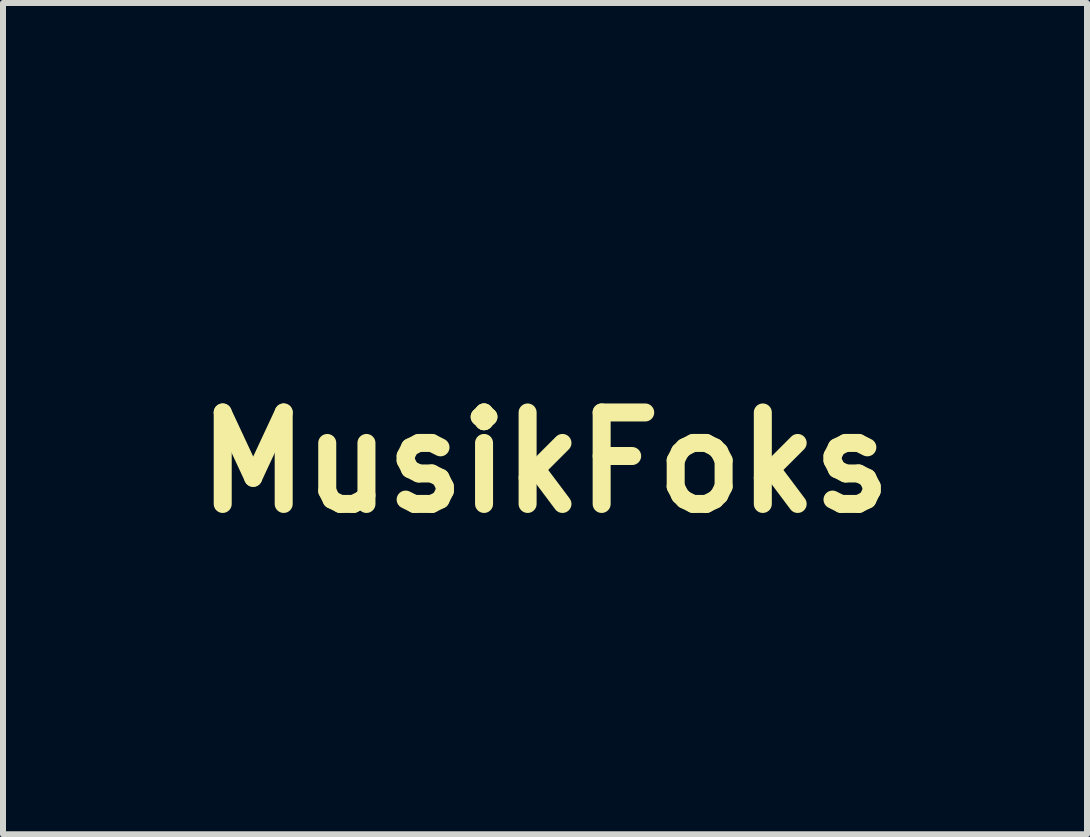
<source format=kicad_pcb>
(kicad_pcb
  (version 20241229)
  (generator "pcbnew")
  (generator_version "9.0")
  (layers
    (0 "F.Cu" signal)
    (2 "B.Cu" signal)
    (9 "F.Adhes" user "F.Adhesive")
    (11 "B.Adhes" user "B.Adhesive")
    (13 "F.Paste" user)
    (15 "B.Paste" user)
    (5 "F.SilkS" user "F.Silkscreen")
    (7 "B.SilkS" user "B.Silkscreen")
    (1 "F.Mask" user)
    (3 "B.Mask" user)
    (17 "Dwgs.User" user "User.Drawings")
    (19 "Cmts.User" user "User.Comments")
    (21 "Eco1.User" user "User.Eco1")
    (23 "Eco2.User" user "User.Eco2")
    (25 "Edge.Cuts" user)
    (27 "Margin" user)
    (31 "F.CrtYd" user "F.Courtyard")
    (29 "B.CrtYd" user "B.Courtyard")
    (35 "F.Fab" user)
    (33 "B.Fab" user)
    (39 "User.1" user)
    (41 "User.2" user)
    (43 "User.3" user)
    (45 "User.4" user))
  (footprint "MusikFoks"
    (layer "F.Cu")
    (at 6.031 4.657)
    (property "Reference" "MusikFoks" (at 0 0 0) (layer "F.SilkS") (effects (font (size 1.524 1.524) (thickness 0.3))))
    (attr through_hole)
    (fp_poly (pts (xy 0.708 -1.783) (xy 0.702 -1.777) (xy 0.696 -1.783) (xy 0.702 -1.789)) (stroke (width 0) (type solid)) (fill yes) (layer "F.Mask"))
    (fp_poly (pts (xy -1.18 -1.339) (xy -1.159 -1.325) (xy -1.146 -1.312) (xy -1.121 -1.279) (xy -1.097 -1.236) (xy -1.088 -1.214) (xy -1.075 -1.173) (xy -1.072 -1.14) (xy -1.078 -1.102) (xy -1.08 -1.093) (xy -1.104 -1.031) (xy -1.139 -0.983) (xy -1.182 -0.952) (xy -1.231 -0.939) (xy -1.28 -0.947) (xy -1.304 -0.958) (xy -1.356 -1.006) (xy -1.393 -1.07) (xy -1.405 -1.109) (xy -1.412 -1.176) (xy -1.397 -1.234) (xy -1.358 -1.288) (xy -1.351 -1.296) (xy -1.319 -1.322) (xy -1.287 -1.336) (xy -1.245 -1.342) (xy -1.206 -1.344)) (stroke (width 0) (type solid)) (fill yes) (layer "F.Mask"))
    (fp_poly (pts (xy 1.423 -2.76) (xy 1.478 -2.737) (xy 1.536 -2.714) (xy 1.587 -2.702) (xy 1.604 -2.701) (xy 1.651 -2.696) (xy 1.683 -2.679) (xy 1.701 -2.649) (xy 1.707 -2.602) (xy 1.7 -2.537) (xy 1.695 -2.505) (xy 1.682 -2.453) (xy 1.667 -2.419) (xy 1.643 -2.397) (xy 1.612 -2.381) (xy 1.564 -2.371) (xy 1.516 -2.379) (xy 1.477 -2.402) (xy 1.449 -2.436) (xy 1.44 -2.476) (xy 1.444 -2.507) (xy 1.453 -2.528) (xy 1.454 -2.529) (xy 1.46 -2.544) (xy 1.454 -2.55) (xy 1.434 -2.553) (xy 1.421 -2.534) (xy 1.416 -2.492) (xy 1.416 -2.486) (xy 1.413 -2.438) (xy 1.403 -2.386) (xy 1.399 -2.37) (xy 1.389 -2.32) (xy 1.384 -2.266) (xy 1.384 -2.247) (xy 1.384 -2.207) (xy 1.378 -2.182) (xy 1.361 -2.161) (xy 1.347 -2.148) (xy 1.322 -2.128) (xy 1.297 -2.117) (xy 1.263 -2.113) (xy 1.233 -2.113) (xy 1.168 -2.119) (xy 1.114 -2.134) (xy 1.11 -2.135) (xy 1.062 -2.165) (xy 1.024 -2.204) (xy 1.001 -2.245) (xy 0.996 -2.27) (xy 1.007 -2.312) (xy 1.037 -2.346) (xy 1.082 -2.37) (xy 1.138 -2.384) (xy 1.201 -2.385) (xy 1.253 -2.376) (xy 1.288 -2.369) (xy 1.306 -2.373) (xy 1.308 -2.375) (xy 1.31 -2.392) (xy 1.309 -2.427) (xy 1.306 -2.473) (xy 1.304 -2.493) (xy 1.296 -2.576) (xy 1.292 -2.638) (xy 1.293 -2.683) (xy 1.297 -2.715) (xy 1.305 -2.737) (xy 1.313 -2.748) (xy 1.34 -2.767) (xy 1.376 -2.771)) (stroke (width 0) (type solid)) (fill yes) (layer "F.Mask"))
    (fp_poly (pts (xy 0.45 -1.946) (xy 0.527 -1.915) (xy 0.593 -1.87) (xy 0.643 -1.811) (xy 0.651 -1.797) (xy 0.67 -1.743) (xy 0.678 -1.676) (xy 0.676 -1.601) (xy 0.665 -1.526) (xy 0.649 -1.472) (xy 0.606 -1.394) (xy 0.547 -1.33) (xy 0.473 -1.282) (xy 0.388 -1.252) (xy 0.295 -1.241) (xy 0.21 -1.249) (xy 0.124 -1.27) (xy 0.045 -1.303) (xy -0.021 -1.343) (xy -0.043 -1.362) (xy -0.091 -1.423) (xy -0.119 -1.492) (xy -0.125 -1.565) (xy -0.12 -1.602) (xy -0.118 -1.609) (xy 0.057 -1.609) (xy 0.06 -1.599) (xy 0.067 -1.585) (xy 0.065 -1.565) (xy 0.063 -1.546) (xy 0.072 -1.527) (xy 0.094 -1.501) (xy 0.12 -1.476) (xy 0.168 -1.437) (xy 0.208 -1.416) (xy 0.22 -1.413) (xy 0.249 -1.409) (xy 0.266 -1.406) (xy 0.266 -1.406) (xy 0.281 -1.409) (xy 0.308 -1.419) (xy 0.314 -1.422) (xy 0.373 -1.458) (xy 0.421 -1.511) (xy 0.454 -1.574) (xy 0.468 -1.64) (xy 0.468 -1.649) (xy 0.461 -1.685) (xy 0.444 -1.725) (xy 0.422 -1.758) (xy 0.41 -1.769) (xy 0.389 -1.785) (xy 0.37 -1.803) (xy 0.33 -1.828) (xy 0.281 -1.832) (xy 0.222 -1.814) (xy 0.206 -1.807) (xy 0.171 -1.786) (xy 0.144 -1.766) (xy 0.135 -1.755) (xy 0.125 -1.734) (xy 0.121 -1.729) (xy 0.11 -1.714) (xy 0.098 -1.693) (xy 0.08 -1.658) (xy 0.066 -1.633) (xy 0.057 -1.609) (xy -0.118 -1.609) (xy -0.096 -1.683) (xy -0.066 -1.746) (xy -0.044 -1.775) (xy 0.003 -1.819) (xy 0.061 -1.864) (xy 0.123 -1.903) (xy 0.179 -1.931) (xy 0.19 -1.936) (xy 0.277 -1.957) (xy 0.365 -1.96)) (stroke (width 0) (type solid)) (fill yes) (layer "F.Mask"))
    (fp_poly (pts (xy -1.144 0.374) (xy -1.139 0.38) (xy -1.129 0.407) (xy -1.125 0.452) (xy -1.127 0.509) (xy -1.135 0.575) (xy -1.148 0.643) (xy -1.152 0.658) (xy -1.163 0.703) (xy -1.172 0.738) (xy -1.176 0.758) (xy -1.176 0.76) (xy -1.166 0.763) (xy -1.137 0.764) (xy -1.109 0.764) (xy -1.069 0.764) (xy -1.043 0.77) (xy -1.024 0.785) (xy -1.013 0.796) (xy -0.995 0.824) (xy -0.986 0.856) (xy -0.988 0.896) (xy -1 0.95) (xy -1.02 1.014) (xy -1.036 1.061) (xy -1.048 1.098) (xy -1.055 1.12) (xy -1.056 1.125) (xy -1.046 1.127) (xy -1.018 1.128) (xy -0.999 1.128) (xy -0.915 1.137) (xy -0.846 1.163) (xy -0.817 1.184) (xy -0.789 1.212) (xy -0.782 1.234) (xy -0.796 1.258) (xy -0.807 1.269) (xy -0.836 1.289) (xy -0.871 1.304) (xy -0.917 1.313) (xy -0.979 1.319) (xy -1.059 1.32) (xy -1.068 1.32) (xy -1.132 1.32) (xy -1.175 1.319) (xy -1.205 1.316) (xy -1.224 1.311) (xy -1.239 1.302) (xy -1.253 1.289) (xy -1.253 1.289) (xy -1.276 1.254) (xy -1.284 1.21) (xy -1.277 1.154) (xy -1.26 1.098) (xy -1.248 1.06) (xy -1.239 1.03) (xy -1.236 1.018) (xy -1.246 1.017) (xy -1.269 1.027) (xy -1.288 1.038) (xy -1.33 1.06) (xy -1.36 1.067) (xy -1.385 1.06) (xy -1.405 1.046) (xy -1.428 1.014) (xy -1.43 0.972) (xy -1.413 0.923) (xy -1.402 0.904) (xy -1.379 0.862) (xy -1.353 0.8) (xy -1.325 0.721) (xy -1.296 0.628) (xy -1.267 0.524) (xy -1.267 0.524) (xy -1.252 0.471) (xy -1.239 0.426) (xy -1.228 0.393) (xy -1.224 0.382) (xy -1.202 0.364) (xy -1.172 0.362)) (stroke (width 0) (type solid)) (fill yes) (layer "F.Mask"))
    (fp_poly (pts (xy 1.09 -4.224) (xy 1.126 -4.195) (xy 1.138 -4.183) (xy 1.168 -4.155) (xy 1.193 -4.136) (xy 1.206 -4.129) (xy 1.229 -4.119) (xy 1.252 -4.093) (xy 1.272 -4.058) (xy 1.281 -4.028) (xy 1.281 -3.989) (xy 1.267 -3.955) (xy 1.263 -3.95) (xy 1.247 -3.921) (xy 1.244 -3.895) (xy 1.244 -3.893) (xy 1.241 -3.868) (xy 1.225 -3.838) (xy 1.224 -3.838) (xy 1.192 -3.813) (xy 1.152 -3.804) (xy 1.113 -3.81) (xy 1.088 -3.827) (xy 1.073 -3.857) (xy 1.069 -3.894) (xy 1.077 -3.926) (xy 1.086 -3.937) (xy 1.098 -3.954) (xy 1.097 -3.964) (xy 1.085 -3.964) (xy 1.063 -3.95) (xy 1.058 -3.946) (xy 1.028 -3.92) (xy 1 -3.899) (xy 1 -3.899) (xy 0.973 -3.881) (xy 1.004 -3.84) (xy 1.026 -3.806) (xy 1.052 -3.762) (xy 1.069 -3.731) (xy 1.094 -3.686) (xy 1.122 -3.644) (xy 1.14 -3.621) (xy 1.169 -3.574) (xy 1.184 -3.517) (xy 1.186 -3.46) (xy 1.172 -3.413) (xy 1.135 -3.361) (xy 1.09 -3.328) (xy 1.04 -3.314) (xy 0.99 -3.321) (xy 0.948 -3.345) (xy 0.909 -3.389) (xy 0.894 -3.435) (xy 0.903 -3.483) (xy 0.936 -3.533) (xy 0.963 -3.56) (xy 1.011 -3.604) (xy 0.959 -3.65) (xy 0.923 -3.68) (xy 0.876 -3.715) (xy 0.827 -3.749) (xy 0.816 -3.756) (xy 0.751 -3.8) (xy 0.704 -3.836) (xy 0.673 -3.867) (xy 0.655 -3.894) (xy 0.649 -3.921) (xy 0.648 -3.929) (xy 0.655 -3.961) (xy 0.671 -3.995) (xy 0.692 -4.025) (xy 0.713 -4.043) (xy 0.721 -4.045) (xy 0.737 -4.049) (xy 0.768 -4.059) (xy 0.8 -4.071) (xy 0.872 -4.109) (xy 0.944 -4.167) (xy 0.991 -4.208) (xy 1.028 -4.231) (xy 1.059 -4.236)) (stroke (width 0) (type solid)) (fill yes) (layer "F.Mask"))
    (fp_poly (pts (xy 3.082 -4.655) (xy 3.099 -4.645) (xy 3.119 -4.627) (xy 3.143 -4.598) (xy 3.173 -4.556) (xy 3.209 -4.5) (xy 3.254 -4.427) (xy 3.309 -4.337) (xy 3.335 -4.294) (xy 3.455 -4.09) (xy 3.563 -3.903) (xy 3.659 -3.731) (xy 3.745 -3.571) (xy 3.821 -3.421) (xy 3.888 -3.279) (xy 3.948 -3.142) (xy 4.002 -3.008) (xy 4.05 -2.874) (xy 4.093 -2.738) (xy 4.134 -2.598) (xy 4.172 -2.451) (xy 4.208 -2.294) (xy 4.214 -2.271) (xy 4.235 -2.18) (xy 4.253 -2.109) (xy 4.27 -2.053) (xy 4.288 -2.009) (xy 4.303 -1.977) (xy 4.34 -1.901) (xy 4.375 -1.816) (xy 4.405 -1.729) (xy 4.426 -1.651) (xy 4.429 -1.634) (xy 4.434 -1.54) (xy 4.416 -1.448) (xy 4.374 -1.359) (xy 4.308 -1.273) (xy 4.235 -1.202) (xy 4.204 -1.174) (xy 4.16 -1.132) (xy 4.107 -1.08) (xy 4.048 -1.022) (xy 3.989 -0.961) (xy 3.973 -0.944) (xy 3.787 -0.75) (xy 3.729 -0.498) (xy 3.709 -0.415) (xy 3.689 -0.332) (xy 3.669 -0.255) (xy 3.651 -0.189) (xy 3.637 -0.14) (xy 3.636 -0.136) (xy 3.601 -0.026) (xy 3.619 0.08) (xy 3.636 0.196) (xy 3.645 0.323) (xy 3.648 0.463) (xy 3.643 0.617) (xy 3.632 0.787) (xy 3.613 0.975) (xy 3.587 1.181) (xy 3.554 1.409) (xy 3.546 1.458) (xy 3.534 1.537) (xy 3.519 1.63) (xy 3.504 1.73) (xy 3.489 1.826) (xy 3.481 1.885) (xy 3.469 1.965) (xy 3.459 2.026) (xy 3.451 2.07) (xy 3.443 2.1) (xy 3.435 2.12) (xy 3.426 2.134) (xy 3.415 2.145) (xy 3.415 2.146) (xy 3.372 2.171) (xy 3.33 2.172) (xy 3.289 2.15) (xy 3.25 2.105) (xy 3.213 2.036) (xy 3.212 2.035) (xy 3.192 1.992) (xy 3.165 1.943) (xy 3.132 1.885) (xy 3.09 1.816) (xy 3.039 1.733) (xy 2.976 1.635) (xy 2.904 1.524) (xy 2.853 1.445) (xy 2.8 1.361) (xy 2.748 1.278) (xy 2.702 1.201) (xy 2.664 1.138) (xy 2.659 1.128) (xy 2.627 1.072) (xy 2.598 1.023) (xy 2.576 0.986) (xy 2.562 0.963) (xy 2.559 0.959) (xy 2.545 0.96) (xy 2.519 0.972) (xy 2.506 0.979) (xy 2.476 1.005) (xy 2.436 1.048) (xy 2.389 1.106) (xy 2.337 1.175) (xy 2.281 1.252) (xy 2.225 1.334) (xy 2.17 1.417) (xy 2.119 1.499) (xy 2.073 1.576) (xy 2.036 1.646) (xy 2.032 1.654) (xy 2.003 1.711) (xy 1.979 1.75) (xy 1.956 1.773) (xy 1.932 1.785) (xy 1.903 1.789) (xy 1.899 1.789) (xy 1.88 1.787) (xy 1.863 1.78) (xy 1.844 1.764) (xy 1.822 1.737) (xy 1.793 1.695) (xy 1.764 1.651) (xy 1.729 1.598) (xy 1.697 1.554) (xy 1.665 1.513) (xy 1.626 1.469) (xy 1.577 1.416) (xy 1.553 1.39) (xy 1.476 1.311) (xy 1.157 1.45) (xy 1.05 1.498) (xy 0.963 1.538) (xy 0.895 1.571) (xy 0.849 1.596) (xy 0.824 1.612) (xy 0.82 1.616) (xy 0.806 1.643) (xy 0.785 1.688) (xy 0.76 1.749) (xy 0.73 1.822) (xy 0.699 1.902) (xy 0.667 1.987) (xy 0.635 2.073) (xy 0.606 2.155) (xy 0.587 2.209) (xy 0.519 2.423) (xy 0.463 2.621) (xy 0.42 2.802) (xy 0.396 2.929) (xy 0.378 3.025) (xy 0.357 3.1) (xy 0.335 3.154) (xy 0.311 3.185) (xy 0.291 3.193) (xy 0.266 3.186) (xy 0.239 3.172) (xy 0.207 3.147) (xy 0.176 3.112) (xy 0.141 3.063) (xy 0.102 2.998) (xy 0.086 2.971) (xy 0.039 2.887) (xy -0.001 2.816) (xy -0.037 2.756) (xy -0.07 2.702) (xy -0.103 2.652) (xy -0.138 2.602) (xy -0.178 2.548) (xy -0.224 2.489) (xy -0.279 2.42) (xy -0.345 2.338) (xy -0.401 2.27) (xy -0.45 2.21) (xy -0.495 2.157) (xy -0.532 2.114) (xy -0.56 2.083) (xy -0.576 2.066) (xy -0.578 2.065) (xy -0.597 2.072) (xy -0.631 2.091) (xy -0.679 2.121) (xy -0.738 2.159) (xy -0.804 2.204) (xy -0.875 2.253) (xy -0.948 2.305) (xy -1.02 2.358) (xy -1.049 2.38) (xy -1.099 2.417) (xy -1.153 2.452) (xy -1.2 2.48) (xy -1.214 2.487) (xy -1.25 2.507) (xy -1.275 2.524) (xy -1.284 2.533) (xy -1.295 2.55) (xy -1.318 2.565) (xy -1.345 2.574) (xy -1.361 2.574) (xy -1.381 2.56) (xy -1.397 2.536) (xy -1.409 2.498) (xy -1.419 2.442) (xy -1.426 2.368) (xy -1.43 2.311) (xy -1.434 2.248) (xy -1.44 2.187) (xy -1.448 2.128) (xy -1.459 2.066) (xy -1.473 1.999) (xy -1.492 1.924) (xy -1.516 1.838) (xy -1.546 1.737) (xy -1.581 1.62) (xy -1.62 1.494) (xy -1.677 1.313) (xy -1.727 1.151) (xy -1.771 1.002) (xy -1.811 0.863) (xy -1.848 0.73) (xy -1.883 0.598) (xy -1.915 0.474) (xy -1.979 0.222) (xy -2.247 0.155) (xy -2.431 0.106) (xy -2.604 0.055) (xy -2.763 0.004) (xy -2.904 -0.048) (xy -3.025 -0.099) (xy -3.068 -0.119) (xy -3.157 -0.163) (xy -3.234 -0.205) (xy -3.297 -0.243) (xy -3.344 -0.275) (xy -3.372 -0.301) (xy -3.379 -0.312) (xy -3.396 -0.335) (xy -3.41 -0.342) (xy -3.429 -0.356) (xy -3.433 -0.368) (xy -3.425 -0.381) (xy -3.415 -0.393) (xy -3.231 -0.393) (xy -3.113 -0.342) (xy -3.064 -0.321) (xy -3.024 -0.304) (xy -2.997 -0.293) (xy -2.988 -0.289) (xy -2.977 -0.296) (xy -2.955 -0.316) (xy -2.942 -0.329) (xy -2.902 -0.37) (xy -2.966 -0.402) (xy -3.01 -0.424) (xy -3.055 -0.443) (xy -3.076 -0.451) (xy -3.104 -0.46) (xy -3.125 -0.46) (xy -3.148 -0.45) (xy -3.177 -0.431) (xy -3.231 -0.393) (xy -3.415 -0.393) (xy -3.402 -0.409) (xy -3.366 -0.449) (xy -3.319 -0.5) (xy -3.263 -0.559) (xy -3.241 -0.582) (xy -2.96 -0.582) (xy -2.956 -0.576) (xy -2.947 -0.573) (xy -2.941 -0.572) (xy -2.895 -0.558) (xy -2.842 -0.534) (xy -2.791 -0.505) (xy -2.751 -0.476) (xy -2.743 -0.468) (xy -2.715 -0.424) (xy -2.704 -0.385) (xy -2.703 -0.352) (xy -2.71 -0.322) (xy -2.728 -0.286) (xy -2.736 -0.274) (xy -2.755 -0.241) (xy -2.768 -0.218) (xy -2.77 -0.209) (xy -2.757 -0.204) (xy -2.724 -0.193) (xy -2.676 -0.178) (xy -2.616 -0.161) (xy -2.548 -0.141) (xy -2.476 -0.12) (xy -2.404 -0.1) (xy -2.335 -0.081) (xy -2.274 -0.065) (xy -2.233 -0.054) (xy -2.127 -0.029) (xy -2.024 -0.006) (xy -1.915 0.016) (xy -1.796 0.038) (xy -1.661 0.061) (xy -1.636 0.066) (xy -1.567 0.078) (xy -1.5 0.092) (xy -1.442 0.105) (xy -1.399 0.117) (xy -1.388 0.12) (xy -1.338 0.142) (xy -1.297 0.166) (xy -1.27 0.188) (xy -1.26 0.206) (xy -1.27 0.217) (xy -1.296 0.233) (xy -1.317 0.244) (xy -1.344 0.255) (xy -1.37 0.262) (xy -1.402 0.266) (xy -1.445 0.269) (xy -1.505 0.269) (xy -1.536 0.269) (xy -1.604 0.267) (xy -1.669 0.264) (xy -1.726 0.26) (xy -1.766 0.256) (xy -1.768 0.255) (xy -1.804 0.25) (xy -1.829 0.247) (xy -1.837 0.247) (xy -1.832 0.259) (xy -1.821 0.286) (xy -1.813 0.306) (xy -1.804 0.329) (xy -1.788 0.374) (xy -1.767 0.44) (xy -1.739 0.526) (xy -1.705 0.629) (xy -1.666 0.75) (xy -1.622 0.887) (xy -1.573 1.04) (xy -1.521 1.206) (xy -1.464 1.384) (xy -1.404 1.574) (xy -1.372 1.675) (xy -1.325 1.832) (xy -1.289 1.973) (xy -1.265 2.095) (xy -1.253 2.194) (xy -1.249 2.239) (xy -1.245 2.273) (xy -1.241 2.291) (xy -1.24 2.293) (xy -1.23 2.285) (xy -1.206 2.266) (xy -1.171 2.236) (xy -1.141 2.211) (xy -1.088 2.167) (xy -1.025 2.118) (xy -0.963 2.071) (xy -0.937 2.052) (xy -0.89 2.02) (xy -0.85 1.991) (xy -0.82 1.971) (xy -0.808 1.962) (xy -0.802 1.953) (xy -0.808 1.941) (xy -0.828 1.923) (xy -0.865 1.896) (xy -0.884 1.882) (xy -0.933 1.846) (xy -0.982 1.805) (xy -1.021 1.769) (xy -1.031 1.759) (xy -1.059 1.727) (xy -1.072 1.707) (xy -1.073 1.694) (xy -1.065 1.684) (xy -1.043 1.673) (xy -1.007 1.673) (xy -0.958 1.684) (xy -0.893 1.706) (xy -0.811 1.742) (xy -0.711 1.789) (xy -0.688 1.801) (xy -0.622 1.834) (xy -0.569 1.862) (xy -0.524 1.887) (xy -0.484 1.912) (xy -0.448 1.94) (xy -0.411 1.974) (xy -0.372 2.014) (xy -0.327 2.065) (xy -0.273 2.128) (xy -0.207 2.207) (xy -0.185 2.233) (xy -0.109 2.324) (xy -0.047 2.4) (xy 0.004 2.466) (xy 0.047 2.525) (xy 0.085 2.581) (xy 0.12 2.637) (xy 0.155 2.697) (xy 0.16 2.707) (xy 0.234 2.838) (xy 0.249 2.743) (xy 0.257 2.696) (xy 0.27 2.633) (xy 0.286 2.562) (xy 0.303 2.49) (xy 0.307 2.474) (xy 0.37 2.245) (xy 0.446 2.013) (xy 0.533 1.779) (xy 0.629 1.549) (xy 0.734 1.324) (xy 0.846 1.107) (xy 0.962 0.903) (xy 1.082 0.714) (xy 1.204 0.544) (xy 1.294 0.432) (xy 1.334 0.386) (xy 1.381 0.338) (xy 1.429 0.291) (xy 1.476 0.246) (xy 1.519 0.208) (xy 1.555 0.179) (xy 1.581 0.162) (xy 1.592 0.16) (xy 1.593 0.175) (xy 1.585 0.207) (xy 1.572 0.252) (xy 1.554 0.303) (xy 1.533 0.357) (xy 1.511 0.408) (xy 1.498 0.436) (xy 1.478 0.473) (xy 1.447 0.525) (xy 1.408 0.589) (xy 1.363 0.661) (xy 1.314 0.737) (xy 1.279 0.79) (xy 1.226 0.87) (xy 1.174 0.952) (xy 1.125 1.031) (xy 1.078 1.107) (xy 1.037 1.175) (xy 1.004 1.234) (xy 0.978 1.28) (xy 0.964 1.311) (xy 0.96 1.322) (xy 0.97 1.32) (xy 0.999 1.309) (xy 1.041 1.291) (xy 1.095 1.266) (xy 1.137 1.246) (xy 1.165 1.233) (xy 1.647 1.233) (xy 1.649 1.244) (xy 1.667 1.269) (xy 1.7 1.308) (xy 1.747 1.359) (xy 1.755 1.368) (xy 1.807 1.421) (xy 1.847 1.458) (xy 1.874 1.48) (xy 1.887 1.484) (xy 1.888 1.484) (xy 1.897 1.469) (xy 1.916 1.438) (xy 1.942 1.395) (xy 1.972 1.345) (xy 1.972 1.344) (xy 2.012 1.28) (xy 2.058 1.209) (xy 2.103 1.142) (xy 2.128 1.107) (xy 2.159 1.064) (xy 2.182 1.028) (xy 2.196 1.004) (xy 2.198 0.996) (xy 2.184 1.001) (xy 2.152 1.014) (xy 2.104 1.034) (xy 2.044 1.06) (xy 1.974 1.09) (xy 1.925 1.112) (xy 1.851 1.144) (xy 1.783 1.174) (xy 1.726 1.199) (xy 1.682 1.218) (xy 1.655 1.23) (xy 1.647 1.233) (xy 1.165 1.233) (xy 1.345 1.148) (xy 1.545 1.056) (xy 1.737 0.97) (xy 1.919 0.89) (xy 2.09 0.818) (xy 2.249 0.753) (xy 2.394 0.697) (xy 2.525 0.649) (xy 2.639 0.61) (xy 2.737 0.58) (xy 2.816 0.561) (xy 2.876 0.553) (xy 2.889 0.552) (xy 2.932 0.557) (xy 2.962 0.573) (xy 2.971 0.582) (xy 2.995 0.62) (xy 2.998 0.662) (xy 2.984 0.701) (xy 2.954 0.733) (xy 2.914 0.751) (xy 2.883 0.758) (xy 2.842 0.769) (xy 2.794 0.782) (xy 2.747 0.796) (xy 2.706 0.808) (xy 2.678 0.818) (xy 2.667 0.822) (xy 2.672 0.833) (xy 2.688 0.859) (xy 2.713 0.896) (xy 2.739 0.933) (xy 2.764 0.969) (xy 2.801 1.021) (xy 2.846 1.087) (xy 2.898 1.163) (xy 2.955 1.245) (xy 3.013 1.331) (xy 3.048 1.383) (xy 3.103 1.464) (xy 3.153 1.537) (xy 3.198 1.601) (xy 3.235 1.654) (xy 3.263 1.694) (xy 3.281 1.717) (xy 3.286 1.723) (xy 3.29 1.71) (xy 3.296 1.677) (xy 3.304 1.626) (xy 3.314 1.562) (xy 3.326 1.487) (xy 3.338 1.405) (xy 3.351 1.319) (xy 3.364 1.232) (xy 3.376 1.149) (xy 3.387 1.071) (xy 3.396 1.002) (xy 3.403 0.946) (xy 3.404 0.942) (xy 3.41 0.878) (xy 3.417 0.797) (xy 3.422 0.707) (xy 3.427 0.616) (xy 3.43 0.546) (xy 3.432 0.404) (xy 3.429 0.283) (xy 3.422 0.184) (xy 3.409 0.104) (xy 3.392 0.041) (xy 3.381 0.014) (xy 3.366 -0.018) (xy 3.346 -0.067) (xy 3.323 -0.127) (xy 3.3 -0.19) (xy 3.295 -0.204) (xy 3.249 -0.328) (xy 3.202 -0.436) (xy 3.151 -0.534) (xy 3.093 -0.632) (xy 3.066 -0.673) (xy 3.027 -0.735) (xy 3.002 -0.78) (xy 2.991 -0.812) (xy 2.994 -0.832) (xy 3.009 -0.844) (xy 3.018 -0.847) (xy 3.065 -0.847) (xy 3.119 -0.826) (xy 3.177 -0.785) (xy 3.238 -0.726) (xy 3.301 -0.65) (xy 3.333 -0.605) (xy 3.402 -0.504) (xy 3.418 -0.567) (xy 3.433 -0.611) (xy 3.455 -0.663) (xy 3.478 -0.708) (xy 3.503 -0.754) (xy 3.527 -0.798) (xy 3.543 -0.831) (xy 3.566 -0.865) (xy 3.593 -0.893) (xy 3.598 -0.897) (xy 3.616 -0.912) (xy 3.648 -0.94) (xy 3.691 -0.98) (xy 3.742 -1.027) (xy 3.797 -1.08) (xy 3.805 -1.087) (xy 3.867 -1.146) (xy 3.931 -1.207) (xy 3.993 -1.265) (xy 4.047 -1.315) (xy 4.084 -1.349) (xy 4.189 -1.443) (xy 4.189 -1.523) (xy 4.185 -1.585) (xy 4.173 -1.652) (xy 4.165 -1.681) (xy 4.156 -1.715) (xy 4.142 -1.768) (xy 4.126 -1.836) (xy 4.108 -1.914) (xy 4.09 -1.997) (xy 4.08 -2.041) (xy 4.063 -2.119) (xy 4.047 -2.19) (xy 4.034 -2.249) (xy 4.024 -2.293) (xy 4.018 -2.32) (xy 4.016 -2.326) (xy 4.013 -2.316) (xy 4.008 -2.287) (xy 4.001 -2.243) (xy 3.994 -2.195) (xy 3.982 -2.12) (xy 3.967 -2.066) (xy 3.95 -2.028) (xy 3.927 -2.003) (xy 3.897 -1.987) (xy 3.897 -1.987) (xy 3.863 -1.983) (xy 3.825 -1.995) (xy 3.825 -1.995) (xy 3.806 -2.007) (xy 3.788 -2.025) (xy 3.768 -2.053) (xy 3.744 -2.095) (xy 3.713 -2.154) (xy 3.708 -2.163) (xy 3.632 -2.311) (xy 3.623 -2.235) (xy 3.614 -2.179) (xy 3.601 -2.145) (xy 3.582 -2.128) (xy 3.565 -2.125) (xy 3.534 -2.135) (xy 3.512 -2.164) (xy 3.505 -2.201) (xy 3.496 -2.24) (xy 3.471 -2.291) (xy 3.432 -2.348) (xy 3.406 -2.381) (xy 3.377 -2.414) (xy 3.344 -2.321) (xy 3.304 -2.218) (xy 3.266 -2.134) (xy 3.228 -2.07) (xy 3.192 -2.027) (xy 3.16 -2.007) (xy 3.147 -2.005) (xy 3.115 -2.015) (xy 3.095 -2.046) (xy 3.085 -2.098) (xy 3.085 -2.118) (xy 3.081 -2.193) (xy 3.07 -2.279) (xy 3.055 -2.362) (xy 3.048 -2.392) (xy 3.036 -2.438) (xy 2.987 -2.378) (xy 2.945 -2.331) (xy 2.889 -2.277) (xy 2.824 -2.221) (xy 2.754 -2.165) (xy 2.685 -2.113) (xy 2.621 -2.07) (xy 2.567 -2.039) (xy 2.548 -2.03) (xy 2.535 -2.023) (xy 2.524 -2.013) (xy 2.513 -1.995) (xy 2.5 -1.968) (xy 2.485 -1.927) (xy 2.466 -1.868) (xy 2.445 -1.803) (xy 2.42 -1.722) (xy 2.394 -1.637) (xy 2.37 -1.555) (xy 2.35 -1.483) (xy 2.341 -1.446) (xy 2.326 -1.388) (xy 2.313 -1.337) (xy 2.303 -1.297) (xy 2.297 -1.275) (xy 2.295 -1.258) (xy 2.304 -1.251) (xy 2.329 -1.248) (xy 2.34 -1.248) (xy 2.398 -1.241) (xy 2.442 -1.219) (xy 2.473 -1.179) (xy 2.494 -1.12) (xy 2.502 -1.076) (xy 2.511 -1.017) (xy 2.477 -1.024) (xy 2.407 -1.038) (xy 2.346 -1.047) (xy 2.285 -1.051) (xy 2.219 -1.052) (xy 2.139 -1.048) (xy 2.086 -1.045) (xy 1.983 -1.04) (xy 1.866 -1.036) (xy 1.741 -1.033) (xy 1.611 -1.032) (xy 1.481 -1.033) (xy 1.356 -1.035) (xy 1.24 -1.038) (xy 1.137 -1.043) (xy 1.054 -1.049) (xy 1.036 -1.051) (xy 0.861 -1.069) (xy 0.794 -1.005) (xy 0.732 -0.95) (xy 0.677 -0.91) (xy 0.619 -0.88) (xy 0.552 -0.855) (xy 0.528 -0.848) (xy 0.426 -0.819) (xy 0.42 -0.46) (xy 0.418 -0.342) (xy 0.415 -0.245) (xy 0.411 -0.167) (xy 0.403 -0.108) (xy 0.391 -0.065) (xy 0.372 -0.035) (xy 0.346 -0.017) (xy 0.311 -0.009) (xy 0.266 -0.009) (xy 0.208 -0.014) (xy 0.138 -0.023) (xy 0.118 -0.025) (xy -0.001 -0.041) (xy -0.1 -0.056) (xy -0.18 -0.072) (xy -0.245 -0.087) (xy -0.297 -0.104) (xy -0.321 -0.114) (xy -0.358 -0.133) (xy -0.377 -0.149) (xy -0.384 -0.167) (xy -0.384 -0.173) (xy -0.381 -0.195) (xy -0.369 -0.211) (xy -0.346 -0.221) (xy -0.308 -0.226) (xy -0.252 -0.227) (xy -0.176 -0.224) (xy -0.169 -0.224) (xy -0.096 -0.22) (xy -0.019 -0.216) (xy 0.052 -0.212) (xy 0.105 -0.208) (xy 0.216 -0.201) (xy 0.216 -0.433) (xy 0.216 -0.512) (xy 0.214 -0.589) (xy 0.213 -0.657) (xy 0.211 -0.712) (xy 0.208 -0.746) (xy 0.201 -0.826) (xy 0.097 -0.853) (xy 0.02 -0.876) (xy -0.042 -0.898) (xy -0.096 -0.925) (xy -0.15 -0.96) (xy -0.168 -0.973) (xy -0.235 -1.023) (xy -0.284 -1.067) (xy -0.321 -1.107) (xy -0.347 -1.148) (xy -0.368 -1.195) (xy -0.377 -1.222) (xy -0.406 -1.326) (xy -0.423 -1.42) (xy -0.426 -1.46) (xy -0.242 -1.46) (xy -0.238 -1.434) (xy -0.23 -1.387) (xy -0.223 -1.34) (xy -0.221 -1.326) (xy -0.198 -1.257) (xy -0.157 -1.199) (xy -0.133 -1.179) (xy -0.097 -1.152) (xy -0.057 -1.176) (xy -0.018 -1.196) (xy 0.013 -1.197) (xy 0.045 -1.18) (xy 0.059 -1.17) (xy 0.086 -1.15) (xy 0.106 -1.147) (xy 0.119 -1.152) (xy 0.161 -1.164) (xy 0.201 -1.156) (xy 0.222 -1.14) (xy 0.239 -1.123) (xy 0.25 -1.119) (xy 0.265 -1.13) (xy 0.281 -1.146) (xy 0.309 -1.169) (xy 0.337 -1.175) (xy 0.375 -1.166) (xy 0.379 -1.164) (xy 0.405 -1.158) (xy 0.427 -1.167) (xy 0.441 -1.179) (xy 0.471 -1.199) (xy 0.51 -1.205) (xy 0.523 -1.205) (xy 0.557 -1.206) (xy 0.572 -1.213) (xy 0.576 -1.227) (xy 0.576 -1.227) (xy 0.586 -1.254) (xy 0.609 -1.282) (xy 0.638 -1.303) (xy 0.659 -1.308) (xy 0.685 -1.319) (xy 0.701 -1.345) (xy 0.702 -1.381) (xy 0.701 -1.387) (xy 0.702 -1.421) (xy 0.719 -1.453) (xy 0.736 -1.482) (xy 0.744 -1.508) (xy 0.744 -1.509) (xy 0.751 -1.536) (xy 0.762 -1.556) (xy 0.773 -1.577) (xy 0.771 -1.597) (xy 0.761 -1.619) (xy 0.75 -1.653) (xy 0.752 -1.689) (xy 0.755 -1.7) (xy 0.762 -1.731) (xy 0.758 -1.749) (xy 0.742 -1.762) (xy 0.727 -1.777) (xy 0.722 -1.798) (xy 0.723 -1.832) (xy 0.724 -1.837) (xy 0.725 -1.875) (xy 0.716 -1.903) (xy 0.693 -1.927) (xy 0.653 -1.953) (xy 0.642 -1.959) (xy 0.588 -1.987) (xy 0.54 -2.005) (xy 0.491 -2.015) (xy 0.436 -2.019) (xy 0.366 -2.017) (xy 0.335 -2.015) (xy 0.254 -2.008) (xy 0.192 -2.001) (xy 0.142 -1.99) (xy 0.098 -1.975) (xy 0.056 -1.954) (xy 0.009 -1.926) (xy 0.006 -1.924) (xy -0.059 -1.88) (xy -0.108 -1.842) (xy -0.144 -1.803) (xy -0.171 -1.758) (xy -0.193 -1.703) (xy -0.214 -1.63) (xy -0.222 -1.602) (xy -0.235 -1.542) (xy -0.242 -1.497) (xy -0.242 -1.46) (xy -0.426 -1.46) (xy -0.43 -1.513) (xy -0.428 -1.608) (xy -0.42 -1.704) (xy -0.404 -1.782) (xy -0.378 -1.848) (xy -0.341 -1.906) (xy -0.288 -1.958) (xy -0.218 -2.01) (xy -0.128 -2.064) (xy -0.118 -2.07) (xy -0.065 -2.1) (xy -0.019 -2.125) (xy 0.014 -2.145) (xy 0.033 -2.155) (xy 0.034 -2.156) (xy 0.031 -2.168) (xy 0.018 -2.195) (xy -0.002 -2.233) (xy -0.026 -2.277) (xy -0.052 -2.322) (xy -0.077 -2.363) (xy -0.077 -2.364) (xy -0.099 -2.394) (xy -0.119 -2.408) (xy -0.146 -2.413) (xy -0.155 -2.413) (xy -0.189 -2.41) (xy -0.238 -2.404) (xy -0.29 -2.396) (xy -0.298 -2.394) (xy -0.377 -2.381) (xy -0.435 -2.375) (xy -0.473 -2.377) (xy -0.494 -2.386) (xy -0.494 -2.386) (xy -0.494 -2.401) (xy -0.475 -2.421) (xy -0.439 -2.446) (xy -0.391 -2.472) (xy -0.331 -2.498) (xy -0.303 -2.509) (xy -0.205 -2.538) (xy -0.119 -2.55) (xy -0.045 -2.545) (xy 0.014 -2.523) (xy 0.057 -2.486) (xy 0.061 -2.486) (xy 0.058 -2.503) (xy 0.05 -2.535) (xy 0.038 -2.575) (xy 0.023 -2.62) (xy 0.007 -2.666) (xy -0.009 -2.706) (xy -0.021 -2.734) (xy -0.04 -2.768) (xy -0.057 -2.791) (xy -0.066 -2.797) (xy -0.089 -2.789) (xy -0.126 -2.768) (xy -0.174 -2.736) (xy -0.228 -2.695) (xy -0.286 -2.649) (xy -0.344 -2.599) (xy -0.385 -2.562) (xy -0.441 -2.509) (xy -0.508 -2.447) (xy -0.578 -2.382) (xy -0.643 -2.321) (xy -0.662 -2.303) (xy -0.717 -2.252) (xy -0.756 -2.214) (xy -0.782 -2.186) (xy -0.798 -2.166) (xy -0.806 -2.149) (xy -0.808 -2.135) (xy -0.807 -2.122) (xy -0.81 -2.08) (xy -0.831 -2.053) (xy -0.866 -2.042) (xy -0.914 -2.046) (xy -0.972 -2.067) (xy -1 -2.081) (xy -1.062 -2.114) (xy -1.108 -2.133) (xy -1.146 -2.142) (xy -1.18 -2.14) (xy -1.216 -2.129) (xy -1.227 -2.125) (xy -1.259 -2.108) (xy -1.306 -2.081) (xy -1.361 -2.047) (xy -1.419 -2.009) (xy -1.436 -1.997) (xy -1.506 -1.949) (xy -1.561 -1.915) (xy -1.602 -1.892) (xy -1.634 -1.88) (xy -1.658 -1.877) (xy -1.679 -1.881) (xy -1.687 -1.885) (xy -1.709 -1.902) (xy -1.717 -1.917) (xy -1.709 -1.946) (xy -1.687 -1.99) (xy -1.652 -2.048) (xy -1.606 -2.117) (xy -1.588 -2.142) (xy -1.512 -2.248) (xy -1.54 -2.28) (xy -1.571 -2.317) (xy -1.599 -2.357) (xy -1.626 -2.406) (xy -1.655 -2.469) (xy -1.674 -2.516) (xy -1.696 -2.568) (xy -1.716 -2.612) (xy -1.731 -2.643) (xy -1.739 -2.656) (xy -1.758 -2.66) (xy -1.786 -2.645) (xy -1.818 -2.614) (xy -1.849 -2.574) (xy -1.864 -2.552) (xy -1.874 -2.531) (xy -1.883 -2.505) (xy -1.89 -2.472) (xy -1.897 -2.426) (xy -1.904 -2.364) (xy -1.909 -2.319) (xy -1.916 -2.252) (xy -1.922 -2.195) (xy -1.926 -2.15) (xy -1.927 -2.122) (xy -1.926 -2.115) (xy -1.915 -2.118) (xy -1.893 -2.134) (xy -1.882 -2.143) (xy -1.858 -2.16) (xy -1.844 -2.164) (xy -1.838 -2.15) (xy -1.841 -2.119) (xy -1.853 -2.068) (xy -1.859 -2.04) (xy -1.874 -1.988) (xy -1.89 -1.939) (xy -1.911 -1.891) (xy -1.937 -1.84) (xy -1.97 -1.783) (xy -2.012 -1.719) (xy -2.065 -1.644) (xy -2.129 -1.555) (xy -2.201 -1.458) (xy -2.302 -1.326) (xy -2.395 -1.208) (xy -2.484 -1.1) (xy -2.575 -0.997) (xy -2.671 -0.893) (xy -2.776 -0.785) (xy -2.839 -0.72) (xy -2.887 -0.671) (xy -2.922 -0.635) (xy -2.944 -0.609) (xy -2.956 -0.592) (xy -2.96 -0.582) (xy -3.241 -0.582) (xy -3.2 -0.623) (xy -3.166 -0.659) (xy -3.033 -0.795) (xy -2.916 -0.918) (xy -2.812 -1.031) (xy -2.718 -1.137) (xy -2.632 -1.239) (xy -2.576 -1.308) (xy -2.494 -1.41) (xy -2.533 -1.418) (xy -2.579 -1.435) (xy -2.607 -1.465) (xy -2.62 -1.511) (xy -2.621 -1.546) (xy -2.617 -1.588) (xy -2.376 -1.588) (xy -2.374 -1.585) (xy -2.373 -1.584) (xy -2.363 -1.593) (xy -2.343 -1.617) (xy -2.316 -1.65) (xy -2.309 -1.658) (xy -2.28 -1.699) (xy -2.263 -1.729) (xy -2.256 -1.754) (xy -2.255 -1.783) (xy -2.252 -1.826) (xy -2.239 -1.848) (xy -2.224 -1.869) (xy -2.221 -1.881) (xy -2.213 -1.9) (xy -2.192 -1.926) (xy -2.178 -1.941) (xy -2.153 -1.97) (xy -2.145 -1.988) (xy -2.149 -1.999) (xy -2.157 -2.024) (xy -2.155 -2.065) (xy -2.154 -2.073) (xy -2.144 -2.124) (xy -2.131 -2.156) (xy -2.112 -2.174) (xy -2.101 -2.179) (xy -2.088 -2.185) (xy -2.081 -2.199) (xy -2.078 -2.226) (xy -2.077 -2.271) (xy -2.077 -2.274) (xy -2.077 -2.319) (xy -2.079 -2.345) (xy -2.085 -2.356) (xy -2.095 -2.357) (xy -2.102 -2.356) (xy -2.118 -2.347) (xy -2.134 -2.325) (xy -2.153 -2.291) (xy -2.175 -2.24) (xy -2.2 -2.173) (xy -2.229 -2.087) (xy -2.263 -1.98) (xy -2.282 -1.919) (xy -2.312 -1.822) (xy -2.335 -1.746) (xy -2.352 -1.687) (xy -2.364 -1.645) (xy -2.372 -1.616) (xy -2.376 -1.598) (xy -2.376 -1.588) (xy -2.617 -1.588) (xy -2.616 -1.596) (xy -2.607 -1.645) (xy -2.6 -1.666) (xy -2.581 -1.718) (xy -2.615 -1.73) (xy -2.683 -1.759) (xy -2.728 -1.791) (xy -2.752 -1.828) (xy -2.754 -1.87) (xy -2.752 -1.879) (xy -2.593 -1.879) (xy -2.583 -1.873) (xy -2.559 -1.865) (xy -2.542 -1.862) (xy -2.535 -1.871) (xy -2.533 -1.89) (xy -2.528 -1.912) (xy -2.516 -1.951) (xy -2.498 -2.001) (xy -2.478 -2.053) (xy -2.457 -2.105) (xy -2.441 -2.149) (xy -2.431 -2.179) (xy -2.428 -2.192) (xy -2.428 -2.192) (xy -2.437 -2.186) (xy -2.453 -2.162) (xy -2.475 -2.126) (xy -2.5 -2.081) (xy -2.526 -2.032) (xy -2.551 -1.983) (xy -2.572 -1.938) (xy -2.586 -1.903) (xy -2.593 -1.881) (xy -2.593 -1.879) (xy -2.752 -1.879) (xy -2.75 -1.887) (xy -2.725 -1.967) (xy -2.696 -2.049) (xy -2.667 -2.129) (xy -2.639 -2.202) (xy -2.634 -2.215) (xy -2.425 -2.215) (xy -2.419 -2.209) (xy -2.413 -2.215) (xy -2.419 -2.221) (xy -2.425 -2.215) (xy -2.634 -2.215) (xy -2.614 -2.263) (xy -2.593 -2.306) (xy -2.591 -2.311) (xy -2.551 -2.368) (xy -2.511 -2.404) (xy -2.506 -2.406) (xy -2.478 -2.421) (xy -2.458 -2.424) (xy -2.435 -2.416) (xy -2.417 -2.407) (xy -2.386 -2.391) (xy -2.366 -2.381) (xy -2.362 -2.379) (xy -2.35 -2.385) (xy -2.338 -2.405) (xy -2.328 -2.432) (xy -2.324 -2.458) (xy -2.327 -2.47) (xy -2.334 -2.493) (xy -2.34 -2.53) (xy -2.344 -2.563) (xy -2.358 -2.633) (xy -2.385 -2.708) (xy -2.389 -2.717) (xy -2.408 -2.76) (xy -2.419 -2.799) (xy -2.422 -2.832) (xy -2.226 -2.832) (xy -2.219 -2.798) (xy -2.201 -2.753) (xy -2.192 -2.731) (xy -2.176 -2.686) (xy -2.164 -2.645) (xy -2.161 -2.62) (xy -2.158 -2.593) (xy -2.146 -2.582) (xy -2.132 -2.581) (xy -2.102 -2.578) (xy -2.086 -2.574) (xy -2.079 -2.575) (xy -2.074 -2.586) (xy -2.07 -2.609) (xy -2.067 -2.648) (xy -2.064 -2.705) (xy -2.061 -2.764) (xy -1.873 -2.764) (xy -1.871 -2.742) (xy -1.864 -2.741) (xy -1.853 -2.751) (xy -1.841 -2.771) (xy -1.842 -2.784) (xy -1.857 -2.797) (xy -1.868 -2.788) (xy -1.873 -2.764) (xy -2.061 -2.764) (xy -2.061 -2.783) (xy -2.061 -2.785) (xy -2.057 -2.858) (xy -2.053 -2.923) (xy -2.048 -2.977) (xy -2.043 -3.014) (xy -2.039 -3.029) (xy -2.006 -3.077) (xy -1.967 -3.104) (xy -1.939 -3.109) (xy -1.928 -3.107) (xy -1.914 -3.101) (xy -1.896 -3.09) (xy -1.872 -3.071) (xy -1.841 -3.042) (xy -1.8 -3.004) (xy -1.748 -2.953) (xy -1.683 -2.889) (xy -1.603 -2.809) (xy -1.579 -2.785) (xy -1.49 -2.697) (xy -1.417 -2.624) (xy -1.358 -2.567) (xy -1.311 -2.523) (xy -1.275 -2.492) (xy -1.25 -2.472) (xy -1.233 -2.462) (xy -1.226 -2.461) (xy -1.198 -2.455) (xy -1.163 -2.439) (xy -1.154 -2.434) (xy -1.125 -2.419) (xy -1.083 -2.4) (xy -1.035 -2.38) (xy -0.987 -2.362) (xy -0.946 -2.349) (xy -0.919 -2.342) (xy -0.916 -2.341) (xy -0.903 -2.351) (xy -0.891 -2.375) (xy -0.89 -2.378) (xy -0.86 -2.439) (xy -0.81 -2.508) (xy -0.741 -2.586) (xy -0.654 -2.671) (xy -0.551 -2.761) (xy -0.469 -2.827) (xy -0.409 -2.874) (xy -0.339 -2.929) (xy -0.269 -2.984) (xy -0.213 -3.028) (xy -0.144 -3.08) (xy -0.088 -3.115) (xy -0.044 -3.132) (xy -0.008 -3.133) (xy 0.021 -3.116) (xy 0.047 -3.081) (xy 0.068 -3.04) (xy 0.087 -3.001) (xy 0.116 -2.95) (xy 0.15 -2.895) (xy 0.174 -2.858) (xy 0.21 -2.801) (xy 0.251 -2.732) (xy 0.292 -2.658) (xy 0.329 -2.59) (xy 0.329 -2.59) (xy 0.364 -2.525) (xy 0.389 -2.482) (xy 0.406 -2.459) (xy 0.415 -2.456) (xy 0.415 -2.458) (xy 0.422 -2.478) (xy 0.436 -2.514) (xy 0.452 -2.56) (xy 0.459 -2.579) (xy 0.477 -2.628) (xy 0.487 -2.662) (xy 0.49 -2.688) (xy 0.487 -2.714) (xy 0.481 -2.741) (xy 0.47 -2.778) (xy 0.457 -2.811) (xy 0.438 -2.843) (xy 0.411 -2.877) (xy 0.373 -2.917) (xy 0.322 -2.967) (xy 0.28 -3.007) (xy 0.227 -3.056) (xy 0.187 -3.092) (xy 0.155 -3.118) (xy 0.128 -3.135) (xy 0.1 -3.148) (xy 0.068 -3.159) (xy 0.03 -3.171) (xy -0.088 -3.205) (xy -0.186 -3.231) (xy -0.269 -3.252) (xy -0.34 -3.267) (xy -0.402 -3.278) (xy -0.46 -3.285) (xy -0.516 -3.288) (xy -0.558 -3.289) (xy -0.607 -3.291) (xy -0.67 -3.296) (xy -0.737 -3.303) (xy -0.774 -3.308) (xy -0.916 -3.324) (xy -1.057 -3.335) (xy -1.192 -3.341) (xy -1.316 -3.341) (xy -1.424 -3.336) (xy -1.462 -3.332) (xy -1.565 -3.317) (xy -1.668 -3.297) (xy -1.765 -3.275) (xy -1.852 -3.251) (xy -1.926 -3.226) (xy -1.981 -3.202) (xy -1.991 -3.196) (xy -2.036 -3.16) (xy -2.086 -3.106) (xy -2.134 -3.039) (xy -2.178 -2.966) (xy -2.187 -2.949) (xy -2.21 -2.9) (xy -2.224 -2.864) (xy -2.226 -2.832) (xy -2.422 -2.832) (xy -2.422 -2.838) (xy -2.416 -2.879) (xy -2.4 -2.928) (xy -2.374 -2.989) (xy -2.337 -3.065) (xy -2.327 -3.085) (xy -2.291 -3.155) (xy -2.261 -3.208) (xy -2.235 -3.25) (xy -2.208 -3.285) (xy -2.177 -3.319) (xy -2.154 -3.343) (xy -2.091 -3.399) (xy -2.013 -3.457) (xy -1.926 -3.516) (xy -1.836 -3.569) (xy -1.75 -3.614) (xy -1.674 -3.647) (xy -1.665 -3.65) (xy -1.604 -3.669) (xy -1.532 -3.687) (xy -1.466 -3.701) (xy -1.458 -3.702) (xy -1.392 -3.711) (xy -1.307 -3.717) (xy -1.21 -3.72) (xy -1.106 -3.721) (xy -1.001 -3.719) (xy -0.901 -3.715) (xy -0.812 -3.708) (xy -0.762 -3.703) (xy -0.689 -3.693) (xy -0.606 -3.682) (xy -0.526 -3.671) (xy -0.498 -3.668) (xy -0.434 -3.659) (xy -0.368 -3.648) (xy -0.312 -3.638) (xy -0.286 -3.632) (xy -0.226 -3.616) (xy -0.152 -3.593) (xy -0.069 -3.564) (xy 0.015 -3.533) (xy 0.093 -3.502) (xy 0.16 -3.473) (xy 0.186 -3.46) (xy 0.308 -3.391) (xy 0.423 -3.31) (xy 0.528 -3.222) (xy 0.62 -3.128) (xy 0.694 -3.032) (xy 0.749 -2.938) (xy 0.753 -2.929) (xy 0.78 -2.86) (xy 0.804 -2.779) (xy 0.824 -2.694) (xy 0.838 -2.614) (xy 0.843 -2.55) (xy 0.839 -2.48) (xy 0.82 -2.424) (xy 0.783 -2.376) (xy 0.749 -2.347) (xy 0.72 -2.32) (xy 0.691 -2.287) (xy 0.67 -2.255) (xy 0.66 -2.232) (xy 0.66 -2.231) (xy 0.669 -2.22) (xy 0.693 -2.199) (xy 0.726 -2.172) (xy 0.735 -2.166) (xy 0.771 -2.138) (xy 0.798 -2.115) (xy 0.82 -2.092) (xy 0.842 -2.064) (xy 0.866 -2.026) (xy 0.897 -1.973) (xy 0.91 -1.952) (xy 0.953 -1.876) (xy 0.984 -1.813) (xy 1.005 -1.755) (xy 1.017 -1.697) (xy 1.023 -1.631) (xy 1.025 -1.55) (xy 1.025 -1.53) (xy 1.024 -1.452) (xy 1.02 -1.393) (xy 1.015 -1.348) (xy 1.006 -1.312) (xy 1.003 -1.304) (xy 0.993 -1.27) (xy 0.988 -1.246) (xy 0.989 -1.239) (xy 1.004 -1.237) (xy 1.039 -1.235) (xy 1.092 -1.233) (xy 1.161 -1.232) (xy 1.242 -1.232) (xy 1.332 -1.232) (xy 1.429 -1.232) (xy 1.53 -1.233) (xy 1.631 -1.234) (xy 1.729 -1.236) (xy 1.823 -1.238) (xy 1.908 -1.24) (xy 1.93 -1.241) (xy 2.221 -1.252) (xy 2.221 -1.381) (xy 2.222 -1.451) (xy 2.227 -1.52) (xy 2.236 -1.591) (xy 2.249 -1.668) (xy 2.268 -1.753) (xy 2.293 -1.85) (xy 2.325 -1.961) (xy 2.363 -2.09) (xy 2.387 -2.167) (xy 2.409 -2.236) (xy 2.426 -2.293) (xy 2.616 -2.293) (xy 2.627 -2.301) (xy 2.651 -2.323) (xy 2.686 -2.357) (xy 2.728 -2.398) (xy 2.745 -2.416) (xy 2.815 -2.49) (xy 2.866 -2.553) (xy 2.9 -2.607) (xy 2.903 -2.613) (xy 2.94 -2.674) (xy 2.978 -2.712) (xy 3.016 -2.725) (xy 3.055 -2.715) (xy 3.074 -2.702) (xy 3.088 -2.688) (xy 3.097 -2.669) (xy 3.102 -2.639) (xy 3.104 -2.592) (xy 3.104 -2.585) (xy 3.109 -2.526) (xy 3.118 -2.464) (xy 3.13 -2.419) (xy 3.152 -2.347) (xy 3.18 -2.455) (xy 3.194 -2.517) (xy 3.205 -2.583) (xy 3.213 -2.642) (xy 3.214 -2.652) (xy 3.219 -2.703) (xy 3.227 -2.737) (xy 3.24 -2.76) (xy 3.248 -2.769) (xy 3.286 -2.793) (xy 3.325 -2.796) (xy 3.361 -2.778) (xy 3.391 -2.743) (xy 3.409 -2.698) (xy 3.427 -2.636) (xy 3.442 -2.591) (xy 3.455 -2.565) (xy 3.464 -2.558) (xy 3.469 -2.573) (xy 3.469 -2.588) (xy 3.479 -2.629) (xy 3.508 -2.656) (xy 3.546 -2.665) (xy 3.584 -2.658) (xy 3.622 -2.638) (xy 3.662 -2.602) (xy 3.705 -2.548) (xy 3.755 -2.473) (xy 3.761 -2.462) (xy 3.787 -2.421) (xy 3.804 -2.399) (xy 3.814 -2.392) (xy 3.82 -2.398) (xy 3.822 -2.404) (xy 3.828 -2.445) (xy 3.829 -2.5) (xy 3.827 -2.564) (xy 3.822 -2.631) (xy 3.814 -2.694) (xy 3.803 -2.746) (xy 3.791 -2.782) (xy 3.788 -2.788) (xy 3.781 -2.802) (xy 3.773 -2.818) (xy 3.765 -2.841) (xy 3.756 -2.874) (xy 3.744 -2.919) (xy 3.729 -2.981) (xy 3.709 -3.062) (xy 3.703 -3.086) (xy 3.648 -3.283) (xy 3.576 -3.485) (xy 3.49 -3.685) (xy 3.399 -3.865) (xy 3.356 -3.943) (xy 3.309 -4.027) (xy 3.263 -4.111) (xy 3.222 -4.186) (xy 3.202 -4.222) (xy 3.165 -4.289) (xy 3.135 -4.338) (xy 3.113 -4.37) (xy 3.1 -4.383) (xy 3.097 -4.376) (xy 3.103 -4.354) (xy 3.111 -4.313) (xy 3.116 -4.254) (xy 3.118 -4.183) (xy 3.117 -4.108) (xy 3.112 -4.035) (xy 3.11 -4.008) (xy 3.1 -3.929) (xy 3.086 -3.851) (xy 3.07 -3.77) (xy 3.048 -3.682) (xy 3.021 -3.584) (xy 2.988 -3.473) (xy 2.947 -3.347) (xy 2.905 -3.217) (xy 2.861 -3.086) (xy 2.819 -2.959) (xy 2.78 -2.837) (xy 2.743 -2.722) (xy 2.71 -2.617) (xy 2.68 -2.524) (xy 2.656 -2.443) (xy 2.637 -2.378) (xy 2.623 -2.33) (xy 2.617 -2.301) (xy 2.616 -2.293) (xy 2.426 -2.293) (xy 2.435 -2.322) (xy 2.464 -2.418) (xy 2.494 -2.518) (xy 2.523 -2.614) (xy 2.533 -2.647) (xy 2.561 -2.74) (xy 2.594 -2.849) (xy 2.631 -2.966) (xy 2.669 -3.085) (xy 2.705 -3.2) (xy 2.731 -3.277) (xy 2.772 -3.404) (xy 2.807 -3.512) (xy 2.835 -3.604) (xy 2.858 -3.684) (xy 2.877 -3.755) (xy 2.891 -3.821) (xy 2.903 -3.885) (xy 2.914 -3.952) (xy 2.922 -4.023) (xy 2.931 -4.104) (xy 2.934 -4.131) (xy 2.944 -4.217) (xy 2.954 -4.282) (xy 2.964 -4.323) (xy 2.97 -4.337) (xy 2.982 -4.369) (xy 2.991 -4.423) (xy 2.997 -4.485) (xy 3.003 -4.556) (xy 3.013 -4.607) (xy 3.027 -4.638) (xy 3.047 -4.654) (xy 3.066 -4.657)) (stroke (width 0) (type solid)) (fill yes) (layer "F.Mask")))
  (gr_rect
    (start -3 -3)
    (end 15.061 10.85)
    (stroke (width 0.1) (type default))
    (fill no)
    (layer "Edge.Cuts")))
</source>
